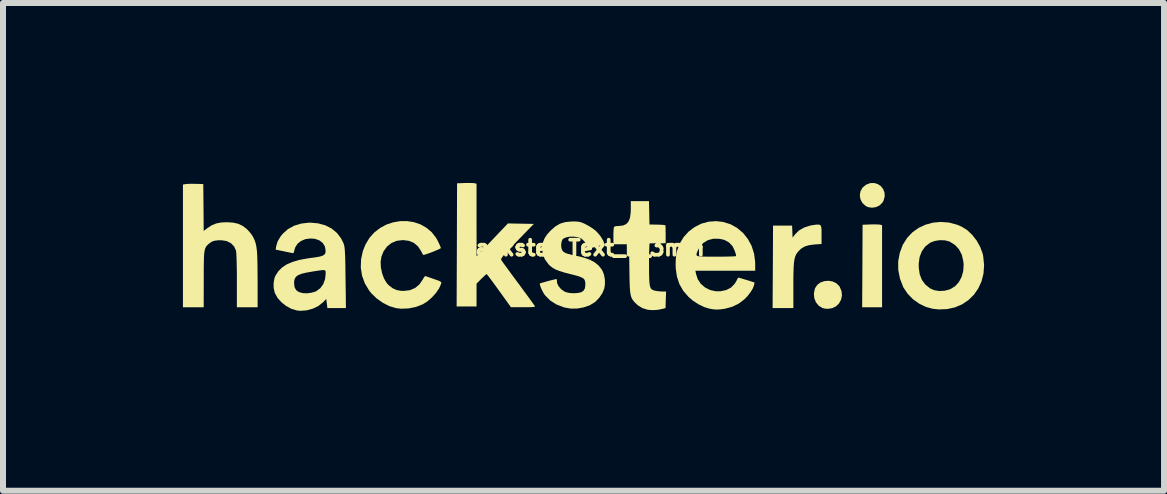
<source format=kicad_pcb>
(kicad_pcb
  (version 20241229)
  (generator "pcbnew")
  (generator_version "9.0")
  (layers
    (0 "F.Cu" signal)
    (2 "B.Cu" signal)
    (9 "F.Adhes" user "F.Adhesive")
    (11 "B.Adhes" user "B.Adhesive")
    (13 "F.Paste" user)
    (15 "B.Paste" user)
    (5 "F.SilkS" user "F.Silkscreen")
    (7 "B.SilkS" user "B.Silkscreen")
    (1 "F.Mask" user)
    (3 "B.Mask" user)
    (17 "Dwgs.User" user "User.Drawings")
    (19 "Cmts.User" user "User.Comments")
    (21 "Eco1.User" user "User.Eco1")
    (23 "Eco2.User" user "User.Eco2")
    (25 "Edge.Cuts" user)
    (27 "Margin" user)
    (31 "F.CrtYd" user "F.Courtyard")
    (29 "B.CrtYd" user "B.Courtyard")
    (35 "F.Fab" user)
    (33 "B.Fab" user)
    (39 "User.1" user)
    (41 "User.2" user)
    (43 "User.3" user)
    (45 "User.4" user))
  (footprint "Hackster_Text_h_3mm"
    (layer "F.Cu")
    (at 6.658 1.084)
    (property "Reference" "Hackster_Text_h_3mm" (at 0 0 0) (layer "F.SilkS") (effects (font (size 0.25 0.25) (thickness 0.062))))
    (attr board_only exclude_from_pos_files exclude_from_bom)
    (fp_poly (pts (xy 4.917 -0.392) (xy 4.955 -0.39) (xy 4.965 -0.388) (xy 4.998 -0.38) (xy 4.998 0.304) (xy 4.998 0.989) (xy 4.832 0.989) (xy 4.666 0.989) (xy 4.67 0.301) (xy 4.673 -0.387) (xy 4.803 -0.392) (xy 4.863 -0.393)) (stroke (width 0) (type solid)) (fill yes) (layer "F.SilkS"))
    (fp_poly (pts (xy 4.927 -1.065) (xy 4.978 -1.03) (xy 5.016 -0.982) (xy 5.039 -0.923) (xy 5.042 -0.858) (xy 5.023 -0.79) (xy 5.005 -0.758) (xy 4.959 -0.711) (xy 4.898 -0.681) (xy 4.83 -0.671) (xy 4.763 -0.681) (xy 4.722 -0.702) (xy 4.668 -0.753) (xy 4.637 -0.814) (xy 4.627 -0.88) (xy 4.638 -0.945) (xy 4.671 -1.004) (xy 4.726 -1.051) (xy 4.73 -1.054) (xy 4.8 -1.081) (xy 4.866 -1.083)) (stroke (width 0) (type solid)) (fill yes) (layer "F.SilkS"))
    (fp_poly (pts (xy 4.174 0.559) (xy 4.235 0.588) (xy 4.284 0.636) (xy 4.291 0.646) (xy 4.322 0.72) (xy 4.329 0.794) (xy 4.314 0.863) (xy 4.28 0.925) (xy 4.229 0.974) (xy 4.163 1.005) (xy 4.088 1.015) (xy 4.044 1.011) (xy 4.005 1.001) (xy 4.003 1.001) (xy 3.941 0.962) (xy 3.895 0.905) (xy 3.868 0.836) (xy 3.861 0.76) (xy 3.877 0.682) (xy 3.882 0.669) (xy 3.919 0.614) (xy 3.972 0.575) (xy 4.037 0.553) (xy 4.106 0.547)) (stroke (width 0) (type solid)) (fill yes) (layer "F.SilkS"))
    (fp_poly (pts (xy 3.969 -0.381) (xy 3.982 -0.357) (xy 3.988 -0.315) (xy 3.989 -0.251) (xy 3.989 -0.222) (xy 3.989 -0.066) (xy 3.872 -0.058) (xy 3.78 -0.046) (xy 3.707 -0.024) (xy 3.648 0.012) (xy 3.605 0.054) (xy 3.581 0.083) (xy 3.562 0.114) (xy 3.548 0.149) (xy 3.537 0.193) (xy 3.529 0.248) (xy 3.524 0.318) (xy 3.521 0.405) (xy 3.519 0.515) (xy 3.519 0.625) (xy 3.519 1.002) (xy 3.346 1.002) (xy 3.173 1.002) (xy 3.177 0.315) (xy 3.18 -0.373) (xy 3.339 -0.373) (xy 3.498 -0.373) (xy 3.502 -0.273) (xy 3.506 -0.172) (xy 3.551 -0.231) (xy 3.613 -0.291) (xy 3.695 -0.339) (xy 3.792 -0.371) (xy 3.843 -0.381) (xy 3.903 -0.389) (xy 3.943 -0.39)) (stroke (width 0) (type solid)) (fill yes) (layer "F.SilkS"))
    (fp_poly (pts (xy -1.843 -1.083) (xy -1.805 -1.081) (xy -1.795 -1.079) (xy -1.763 -1.071) (xy -1.763 -0.466) (xy -1.762 0.138) (xy -1.676 0.048) (xy -1.637 0.008) (xy -1.584 -0.047) (xy -1.523 -0.112) (xy -1.459 -0.179) (xy -1.415 -0.225) (xy -1.24 -0.409) (xy -1.024 -0.405) (xy -0.808 -0.401) (xy -1.088 -0.113) (xy -1.169 -0.029) (xy -1.232 0.037) (xy -1.28 0.089) (xy -1.314 0.127) (xy -1.336 0.155) (xy -1.349 0.175) (xy -1.353 0.189) (xy -1.352 0.199) (xy -1.35 0.203) (xy -1.336 0.223) (xy -1.309 0.261) (xy -1.271 0.312) (xy -1.227 0.373) (xy -1.198 0.413) (xy -1.117 0.522) (xy -1.041 0.624) (xy -0.973 0.718) (xy -0.912 0.8) (xy -0.862 0.869) (xy -0.824 0.922) (xy -0.799 0.957) (xy -0.79 0.971) (xy -0.791 0.978) (xy -0.808 0.983) (xy -0.843 0.986) (xy -0.899 0.988) (xy -0.98 0.988) (xy -0.984 0.988) (xy -1.189 0.988) (xy -1.388 0.712) (xy -1.443 0.636) (xy -1.493 0.567) (xy -1.536 0.51) (xy -1.568 0.467) (xy -1.589 0.442) (xy -1.596 0.436) (xy -1.609 0.445) (xy -1.636 0.469) (xy -1.672 0.504) (xy -1.684 0.515) (xy -1.763 0.595) (xy -1.763 0.785) (xy -1.763 0.975) (xy -1.929 0.975) (xy -2.095 0.975) (xy -2.091 -0.052) (xy -2.088 -1.078) (xy -1.958 -1.083) (xy -1.897 -1.084)) (stroke (width 0) (type solid)) (fill yes) (layer "F.SilkS"))
    (fp_poly (pts (xy -6.465 -1.069) (xy -6.443 -1.069) (xy -6.319 -1.065) (xy -6.315 -0.674) (xy -6.312 -0.284) (xy -6.25 -0.331) (xy -6.177 -0.379) (xy -6.102 -0.409) (xy -6.017 -0.425) (xy -5.932 -0.429) (xy -5.826 -0.423) (xy -5.739 -0.404) (xy -5.664 -0.369) (xy -5.596 -0.318) (xy -5.553 -0.273) (xy -5.512 -0.221) (xy -5.492 -0.188) (xy -5.472 -0.15) (xy -5.456 -0.11) (xy -5.443 -0.067) (xy -5.433 -0.017) (xy -5.425 0.044) (xy -5.42 0.117) (xy -5.417 0.207) (xy -5.415 0.317) (xy -5.414 0.45) (xy -5.413 0.529) (xy -5.413 0.989) (xy -5.586 0.989) (xy -5.759 0.989) (xy -5.759 0.543) (xy -5.759 0.419) (xy -5.761 0.307) (xy -5.763 0.211) (xy -5.766 0.134) (xy -5.769 0.079) (xy -5.773 0.047) (xy -5.773 0.045) (xy -5.806 -0.027) (xy -5.859 -0.08) (xy -5.93 -0.115) (xy -6.017 -0.129) (xy -6.071 -0.128) (xy -6.129 -0.121) (xy -6.17 -0.108) (xy -6.206 -0.085) (xy -6.213 -0.08) (xy -6.238 -0.059) (xy -6.258 -0.04) (xy -6.274 -0.018) (xy -6.287 0.008) (xy -6.296 0.042) (xy -6.303 0.087) (xy -6.307 0.146) (xy -6.309 0.222) (xy -6.311 0.317) (xy -6.311 0.436) (xy -6.311 0.522) (xy -6.312 0.989) (xy -6.485 0.989) (xy -6.658 0.989) (xy -6.658 -0.034) (xy -6.658 -1.057) (xy -6.613 -1.065) (xy -6.578 -1.068) (xy -6.526 -1.07)) (stroke (width 0) (type solid)) (fill yes) (layer "F.SilkS"))
    (fp_poly (pts (xy 6.111 -0.424) (xy 6.244 -0.389) (xy 6.323 -0.356) (xy 6.415 -0.299) (xy 6.5 -0.219) (xy 6.575 -0.123) (xy 6.634 -0.017) (xy 6.675 0.094) (xy 6.684 0.137) (xy 6.699 0.286) (xy 6.689 0.427) (xy 6.656 0.557) (xy 6.602 0.675) (xy 6.529 0.78) (xy 6.439 0.868) (xy 6.334 0.939) (xy 6.215 0.99) (xy 6.084 1.019) (xy 5.943 1.025) (xy 5.842 1.014) (xy 5.726 0.982) (xy 5.614 0.927) (xy 5.511 0.853) (xy 5.424 0.763) (xy 5.357 0.663) (xy 5.35 0.651) (xy 5.296 0.51) (xy 5.268 0.367) (xy 5.267 0.264) (xy 5.609 0.264) (xy 5.61 0.331) (xy 5.626 0.441) (xy 5.663 0.534) (xy 5.721 0.612) (xy 5.802 0.676) (xy 5.871 0.705) (xy 5.953 0.718) (xy 6.041 0.713) (xy 6.125 0.691) (xy 6.14 0.685) (xy 6.217 0.637) (xy 6.279 0.568) (xy 6.324 0.483) (xy 6.351 0.386) (xy 6.358 0.279) (xy 6.353 0.223) (xy 6.327 0.113) (xy 6.281 0.023) (xy 6.216 -0.048) (xy 6.131 -0.102) (xy 6.12 -0.108) (xy 6.046 -0.127) (xy 5.962 -0.13) (xy 5.878 -0.117) (xy 5.802 -0.089) (xy 5.794 -0.084) (xy 5.718 -0.024) (xy 5.661 0.055) (xy 5.624 0.151) (xy 5.609 0.264) (xy 5.267 0.264) (xy 5.267 0.223) (xy 5.293 0.082) (xy 5.345 -0.056) (xy 5.346 -0.057) (xy 5.415 -0.167) (xy 5.503 -0.26) (xy 5.606 -0.334) (xy 5.722 -0.388) (xy 5.847 -0.422) (xy 5.977 -0.434)) (stroke (width 0) (type solid)) (fill yes) (layer "F.SilkS"))
    (fp_poly (pts (xy 1.116 -0.586) (xy 1.12 -0.391) (xy 1.251 -0.389) (xy 1.308 -0.387) (xy 1.354 -0.384) (xy 1.381 -0.379) (xy 1.386 -0.377) (xy 1.388 -0.359) (xy 1.389 -0.321) (xy 1.389 -0.267) (xy 1.39 -0.223) (xy 1.39 -0.079) (xy 1.262 -0.078) (xy 1.205 -0.078) (xy 1.158 -0.077) (xy 1.129 -0.077) (xy 1.123 -0.077) (xy 1.121 -0.063) (xy 1.118 -0.026) (xy 1.116 0.032) (xy 1.114 0.106) (xy 1.113 0.193) (xy 1.113 0.27) (xy 1.113 0.389) (xy 1.115 0.482) (xy 1.118 0.555) (xy 1.123 0.609) (xy 1.131 0.647) (xy 1.143 0.674) (xy 1.159 0.691) (xy 1.18 0.703) (xy 1.206 0.711) (xy 1.253 0.72) (xy 1.308 0.725) (xy 1.327 0.726) (xy 1.397 0.726) (xy 1.392 0.864) (xy 1.388 1.002) (xy 1.337 1.016) (xy 1.256 1.032) (xy 1.171 1.037) (xy 1.096 1.031) (xy 1.089 1.03) (xy 1 1.002) (xy 0.927 0.957) (xy 0.88 0.913) (xy 0.856 0.886) (xy 0.836 0.859) (xy 0.821 0.831) (xy 0.81 0.797) (xy 0.801 0.753) (xy 0.795 0.698) (xy 0.791 0.627) (xy 0.788 0.536) (xy 0.786 0.424) (xy 0.785 0.342) (xy 0.78 -0.062) (xy 0.649 -0.062) (xy 0.519 -0.062) (xy 0.519 -0.192) (xy 0.519 -0.252) (xy 0.522 -0.302) (xy 0.525 -0.336) (xy 0.527 -0.345) (xy 0.542 -0.359) (xy 0.575 -0.365) (xy 0.606 -0.366) (xy 0.678 -0.374) (xy 0.732 -0.398) (xy 0.77 -0.44) (xy 0.795 -0.502) (xy 0.807 -0.587) (xy 0.809 -0.648) (xy 0.809 -0.781) (xy 0.961 -0.781) (xy 1.112 -0.781)) (stroke (width 0) (type solid)) (fill yes) (layer "F.SilkS"))
    (fp_poly (pts (xy -2.807 -0.43) (xy -2.698 -0.393) (xy -2.599 -0.337) (xy -2.51 -0.262) (xy -2.437 -0.168) (xy -2.406 -0.111) (xy -2.383 -0.062) (xy -2.366 -0.023) (xy -2.358 -0.000386) (xy -2.357 0.002) (xy -2.37 0.011) (xy -2.401 0.026) (xy -2.447 0.046) (xy -2.499 0.067) (xy -2.552 0.087) (xy -2.6 0.103) (xy -2.636 0.114) (xy -2.653 0.116) (xy -2.653 0.116) (xy -2.662 0.101) (xy -2.678 0.071) (xy -2.686 0.055) (xy -2.739 -0.026) (xy -2.806 -0.083) (xy -2.887 -0.118) (xy -2.984 -0.131) (xy -2.995 -0.131) (xy -3.094 -0.119) (xy -3.182 -0.082) (xy -3.256 -0.023) (xy -3.313 0.056) (xy -3.348 0.142) (xy -3.362 0.229) (xy -3.358 0.325) (xy -3.338 0.421) (xy -3.305 0.511) (xy -3.259 0.587) (xy -3.225 0.623) (xy -3.161 0.672) (xy -3.095 0.702) (xy -3.017 0.715) (xy -2.973 0.716) (xy -2.874 0.704) (xy -2.788 0.668) (xy -2.716 0.608) (xy -2.659 0.525) (xy -2.651 0.51) (xy -2.633 0.481) (xy -2.617 0.468) (xy -2.614 0.469) (xy -2.595 0.476) (xy -2.557 0.489) (xy -2.505 0.507) (xy -2.471 0.519) (xy -2.412 0.539) (xy -2.375 0.555) (xy -2.356 0.567) (xy -2.35 0.579) (xy -2.352 0.592) (xy -2.386 0.671) (xy -2.441 0.752) (xy -2.511 0.829) (xy -2.588 0.895) (xy -2.661 0.94) (xy -2.772 0.983) (xy -2.896 1.008) (xy -3.021 1.013) (xy -3.112 1.002) (xy -3.219 0.969) (xy -3.326 0.914) (xy -3.428 0.842) (xy -3.516 0.757) (xy -3.553 0.711) (xy -3.625 0.591) (xy -3.672 0.462) (xy -3.693 0.327) (xy -3.688 0.189) (xy -3.658 0.051) (xy -3.615 -0.057) (xy -3.549 -0.167) (xy -3.467 -0.259) (xy -3.371 -0.333) (xy -3.266 -0.39) (xy -3.154 -0.427) (xy -3.038 -0.447) (xy -2.921 -0.448)) (stroke (width 0) (type solid)) (fill yes) (layer "F.SilkS"))
    (fp_poly (pts (xy 2.346 -0.434) (xy 2.472 -0.395) (xy 2.584 -0.332) (xy 2.681 -0.25) (xy 2.761 -0.149) (xy 2.823 -0.034) (xy 2.864 0.094) (xy 2.882 0.232) (xy 2.883 0.268) (xy 2.883 0.38) (xy 2.385 0.38) (xy 1.886 0.38) (xy 1.896 0.432) (xy 1.925 0.521) (xy 1.976 0.598) (xy 2.046 0.658) (xy 2.13 0.701) (xy 2.224 0.722) (xy 2.302 0.722) (xy 2.399 0.702) (xy 2.479 0.661) (xy 2.54 0.598) (xy 2.568 0.553) (xy 2.585 0.519) (xy 2.597 0.498) (xy 2.599 0.494) (xy 2.612 0.497) (xy 2.646 0.506) (xy 2.695 0.521) (xy 2.737 0.533) (xy 2.872 0.576) (xy 2.864 0.619) (xy 2.844 0.673) (xy 2.806 0.736) (xy 2.755 0.802) (xy 2.702 0.857) (xy 2.608 0.928) (xy 2.498 0.981) (xy 2.379 1.013) (xy 2.364 1.016) (xy 2.298 1.024) (xy 2.247 1.027) (xy 2.201 1.025) (xy 2.148 1.017) (xy 2.129 1.014) (xy 2.037 0.987) (xy 1.939 0.94) (xy 1.846 0.88) (xy 1.772 0.817) (xy 1.683 0.714) (xy 1.619 0.602) (xy 1.578 0.478) (xy 1.558 0.34) (xy 1.556 0.27) (xy 1.558 0.197) (xy 1.565 0.125) (xy 1.567 0.112) (xy 1.901 0.112) (xy 1.909 0.127) (xy 1.929 0.136) (xy 1.966 0.142) (xy 2.021 0.144) (xy 2.098 0.145) (xy 2.2 0.145) (xy 2.233 0.145) (xy 2.326 0.145) (xy 2.408 0.144) (xy 2.477 0.142) (xy 2.528 0.14) (xy 2.558 0.137) (xy 2.565 0.135) (xy 2.558 0.098) (xy 2.542 0.05) (xy 2.52 -0.000245) (xy 2.501 -0.034) (xy 2.446 -0.092) (xy 2.372 -0.133) (xy 2.285 -0.153) (xy 2.184 -0.154) (xy 2.094 -0.13) (xy 2.018 -0.084) (xy 1.959 -0.017) (xy 1.934 0.027) (xy 1.917 0.063) (xy 1.905 0.091) (xy 1.901 0.112) (xy 1.567 0.112) (xy 1.574 0.067) (xy 1.577 0.056) (xy 1.622 -0.069) (xy 1.689 -0.18) (xy 1.774 -0.274) (xy 1.874 -0.349) (xy 1.985 -0.405) (xy 2.106 -0.438) (xy 2.232 -0.447)) (stroke (width 0) (type solid)) (fill yes) (layer "F.SilkS"))
    (fp_poly (pts (xy -4.403 -0.41) (xy -4.283 -0.377) (xy -4.178 -0.323) (xy -4.09 -0.25) (xy -4.021 -0.159) (xy -3.985 -0.087) (xy -3.978 -0.069) (xy -3.972 -0.05) (xy -3.967 -0.029) (xy -3.963 -0.002) (xy -3.96 0.032) (xy -3.957 0.075) (xy -3.954 0.132) (xy -3.952 0.203) (xy -3.95 0.291) (xy -3.949 0.4) (xy -3.947 0.53) (xy -3.945 0.685) (xy -3.944 0.722) (xy -3.941 1.002) (xy -4.095 1.002) (xy -4.25 1.002) (xy -4.259 0.926) (xy -4.269 0.85) (xy -4.324 0.907) (xy -4.4 0.967) (xy -4.492 1.012) (xy -4.594 1.04) (xy -4.698 1.048) (xy -4.759 1.042) (xy -4.85 1.015) (xy -4.938 0.967) (xy -5.017 0.904) (xy -5.082 0.831) (xy -5.125 0.752) (xy -5.13 0.738) (xy -5.146 0.662) (xy -5.146 0.583) (xy -4.805 0.583) (xy -4.797 0.654) (xy -4.77 0.704) (xy -4.723 0.736) (xy -4.66 0.753) (xy -4.591 0.756) (xy -4.518 0.747) (xy -4.454 0.729) (xy -4.436 0.721) (xy -4.368 0.671) (xy -4.318 0.602) (xy -4.288 0.517) (xy -4.279 0.433) (xy -4.279 0.406) (xy -4.281 0.386) (xy -4.289 0.374) (xy -4.307 0.369) (xy -4.339 0.37) (xy -4.388 0.376) (xy -4.46 0.387) (xy -4.504 0.394) (xy -4.605 0.412) (xy -4.682 0.431) (xy -4.737 0.453) (xy -4.773 0.48) (xy -4.795 0.515) (xy -4.804 0.558) (xy -4.805 0.583) (xy -5.146 0.583) (xy -5.146 0.58) (xy -5.132 0.504) (xy -5.117 0.465) (xy -5.068 0.389) (xy -5.007 0.327) (xy -4.929 0.275) (xy -4.832 0.233) (xy -4.715 0.199) (xy -4.574 0.173) (xy -4.521 0.166) (xy -4.434 0.154) (xy -4.37 0.142) (xy -4.327 0.128) (xy -4.3 0.111) (xy -4.285 0.09) (xy -4.28 0.061) (xy -4.279 0.045) (xy -4.292 -0.026) (xy -4.327 -0.083) (xy -4.383 -0.126) (xy -4.456 -0.152) (xy -4.528 -0.158) (xy -4.614 -0.148) (xy -4.688 -0.117) (xy -4.747 -0.071) (xy -4.786 -0.01) (xy -4.8 0.037) (xy -4.808 0.072) (xy -4.819 0.086) (xy -4.838 0.085) (xy -4.864 0.079) (xy -4.91 0.07) (xy -4.966 0.058) (xy -4.989 0.053) (xy -5.112 0.028) (xy -5.105 -0.022) (xy -5.081 -0.106) (xy -5.031 -0.191) (xy -4.996 -0.235) (xy -4.909 -0.313) (xy -4.804 -0.371) (xy -4.685 -0.407) (xy -4.553 -0.422) (xy -4.535 -0.422)) (stroke (width 0) (type solid)) (fill yes) (layer "F.SilkS"))
    (fp_poly (pts (xy -0.097 -0.441) (xy -0.052 -0.436) (xy -0.012 -0.425) (xy 0.036 -0.405) (xy 0.065 -0.39) (xy 0.124 -0.357) (xy 0.182 -0.319) (xy 0.228 -0.283) (xy 0.232 -0.279) (xy 0.273 -0.234) (xy 0.311 -0.185) (xy 0.34 -0.137) (xy 0.359 -0.098) (xy 0.362 -0.072) (xy 0.362 -0.071) (xy 0.347 -0.061) (xy 0.313 -0.047) (xy 0.266 -0.032) (xy 0.214 -0.016) (xy 0.164 -0.003) (xy 0.124 0.005) (xy 0.106 0.007) (xy 0.093 -0.005) (xy 0.084 -0.027) (xy 0.067 -0.065) (xy 0.035 -0.108) (xy -0.001 -0.145) (xy -0.022 -0.16) (xy -0.077 -0.179) (xy -0.141 -0.189) (xy -0.208 -0.188) (xy -0.268 -0.177) (xy -0.313 -0.157) (xy -0.328 -0.144) (xy -0.345 -0.106) (xy -0.352 -0.056) (xy -0.349 -0.003) (xy -0.335 0.039) (xy -0.332 0.043) (xy -0.313 0.064) (xy -0.286 0.081) (xy -0.244 0.097) (xy -0.185 0.113) (xy -0.104 0.13) (xy 0.022 0.16) (xy 0.123 0.195) (xy 0.204 0.238) (xy 0.269 0.29) (xy 0.32 0.354) (xy 0.334 0.375) (xy 0.362 0.445) (xy 0.377 0.529) (xy 0.377 0.615) (xy 0.366 0.677) (xy 0.335 0.753) (xy 0.284 0.828) (xy 0.222 0.893) (xy 0.209 0.904) (xy 0.126 0.955) (xy 0.026 0.99) (xy -0.083 1.01) (xy -0.192 1.011) (xy -0.296 0.993) (xy -0.304 0.991) (xy -0.431 0.942) (xy -0.535 0.876) (xy -0.617 0.793) (xy -0.635 0.77) (xy -0.658 0.73) (xy -0.681 0.685) (xy -0.698 0.642) (xy -0.708 0.608) (xy -0.707 0.592) (xy -0.692 0.586) (xy -0.657 0.576) (xy -0.61 0.563) (xy -0.557 0.548) (xy -0.506 0.535) (xy -0.463 0.525) (xy -0.436 0.519) (xy -0.431 0.519) (xy -0.423 0.529) (xy -0.424 0.536) (xy -0.42 0.586) (xy -0.395 0.639) (xy -0.353 0.687) (xy -0.3 0.725) (xy -0.266 0.739) (xy -0.209 0.751) (xy -0.142 0.755) (xy -0.077 0.751) (xy -0.024 0.74) (xy -0.009 0.734) (xy 0.025 0.708) (xy 0.044 0.671) (xy 0.051 0.617) (xy 0.051 0.598) (xy 0.048 0.562) (xy 0.039 0.533) (xy 0.021 0.51) (xy -0.012 0.491) (xy -0.061 0.472) (xy -0.132 0.452) (xy -0.202 0.435) (xy -0.305 0.408) (xy -0.384 0.383) (xy -0.447 0.358) (xy -0.496 0.33) (xy -0.538 0.297) (xy -0.564 0.271) (xy -0.625 0.187) (xy -0.66 0.094) (xy -0.669 -0.007) (xy -0.668 -0.019) (xy -0.656 -0.093) (xy -0.63 -0.159) (xy -0.587 -0.225) (xy -0.526 -0.292) (xy -0.449 -0.359) (xy -0.371 -0.405) (xy -0.284 -0.431) (xy -0.181 -0.441) (xy -0.158 -0.442)) (stroke (width 0) (type solid)) (fill yes) (layer "F.SilkS")))
  (gr_rect
    (start -3 -3)
    (end 16.357 5.132)
    (stroke (width 0.1) (type default))
    (fill no)
    (layer "Edge.Cuts")))
</source>
